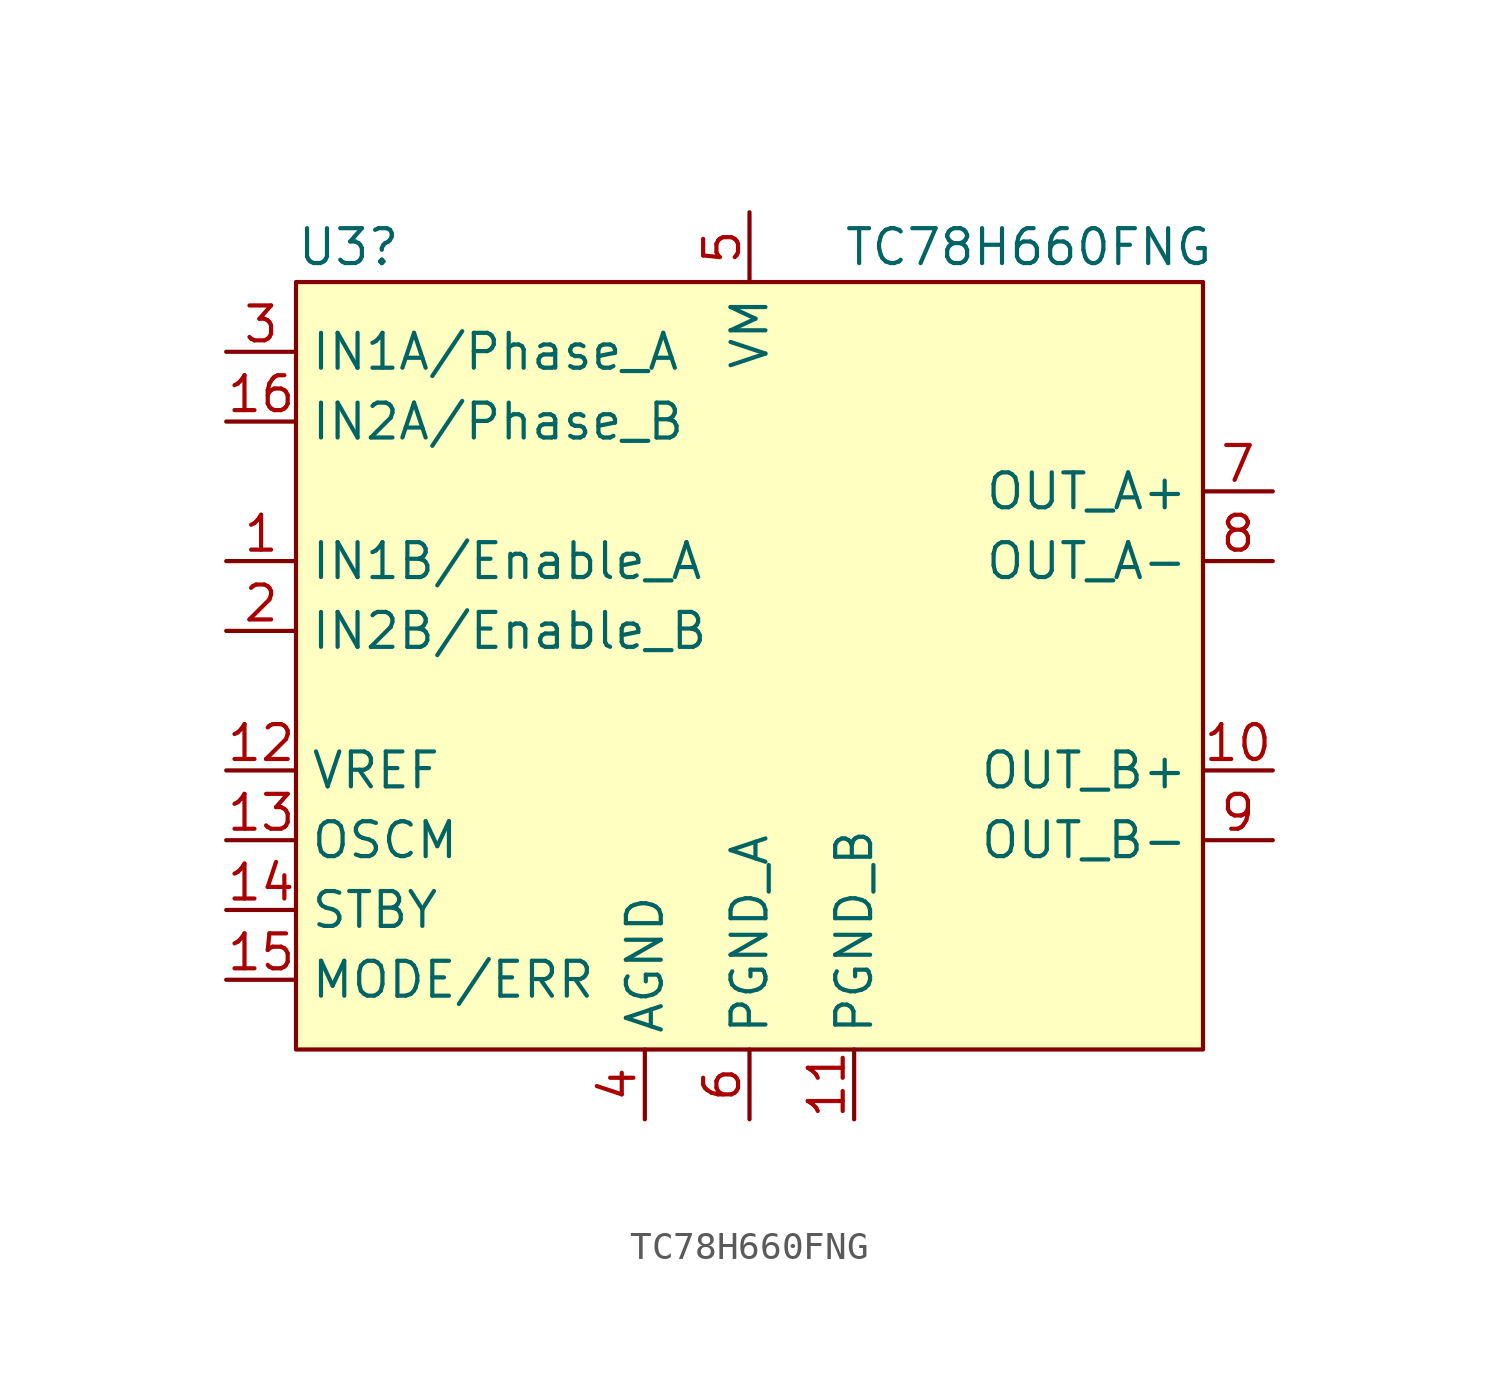
<source format=kicad_sym>
(kicad_symbol_lib
  (version 20220914)
  (generator kicad_symbol_editor)
  (symbol "TC78H660FNG"
    (property "Reference" "U3"
      (at -16.51 15.24 0)
      (effects (font (size 1.27 1.27)) (justify left)))
    (property "Value" "TC78H660FNG"
      (at 10.16 15.24 0)
      (effects (font (size 1.27 1.27))))
    (symbol "TC78H660FNG_1_1"
      (rectangle (start -16.51 13.97) (end 16.51 -13.97) (stroke (width 0) (type default)) (fill (type background)))
      (pin input line (at -19.05 3.81 0) (length 2.54) (name "IN1B/Enable_A" (effects (font (size 1.27 1.27)))) (number "1" (effects (font (size 1.27 1.27)))))
      (pin power_out line (at 19.05 -3.81 180) (length 2.54) (name "OUT_B+" (effects (font (size 1.27 1.27)))) (number "10" (effects (font (size 1.27 1.27)))))
      (pin power_in line (at 3.81 -16.51 90) (length 2.54) (name "PGND_B" (effects (font (size 1.27 1.27)))) (number "11" (effects (font (size 1.27 1.27)))))
      (pin input line (at -19.05 -3.81 0) (length 2.54) (name "VREF" (effects (font (size 1.27 1.27)))) (number "12" (effects (font (size 1.27 1.27)))))
      (pin input line (at -19.05 -6.35 0) (length 2.54) (name "OSCM" (effects (font (size 1.27 1.27)))) (number "13" (effects (font (size 1.27 1.27)))))
      (pin input line (at -19.05 -8.89 0) (length 2.54) (name "STBY" (effects (font (size 1.27 1.27)))) (number "14" (effects (font (size 1.27 1.27)))))
      (pin input line (at -19.05 -11.43 0) (length 2.54) (name "MODE/ERR" (effects (font (size 1.27 1.27)))) (number "15" (effects (font (size 1.27 1.27)))))
      (pin input line (at -19.05 8.89 0) (length 2.54) (name "IN2A/Phase_B" (effects (font (size 1.27 1.27)))) (number "16" (effects (font (size 1.27 1.27)))))
      (pin input line (at -19.05 1.27 0) (length 2.54) (name "IN2B/Enable_B" (effects (font (size 1.27 1.27)))) (number "2" (effects (font (size 1.27 1.27)))))
      (pin input line (at -19.05 11.43 0) (length 2.54) (name "IN1A/Phase_A" (effects (font (size 1.27 1.27)))) (number "3" (effects (font (size 1.27 1.27)))))
      (pin power_in line (at -3.81 -16.51 90) (length 2.54) (name "AGND" (effects (font (size 1.27 1.27)))) (number "4" (effects (font (size 1.27 1.27)))))
      (pin power_in line (at 0 16.51 270) (length 2.54) (name "VM" (effects (font (size 1.27 1.27)))) (number "5" (effects (font (size 1.27 1.27)))))
      (pin power_in line (at 0 -16.51 90) (length 2.54) (name "PGND_A" (effects (font (size 1.27 1.27)))) (number "6" (effects (font (size 1.27 1.27)))))
      (pin power_out line (at 19.05 6.35 180) (length 2.54) (name "OUT_A+" (effects (font (size 1.27 1.27)))) (number "7" (effects (font (size 1.27 1.27)))))
      (pin power_out line (at 19.05 3.81 180) (length 2.54) (name "OUT_A-" (effects (font (size 1.27 1.27)))) (number "8" (effects (font (size 1.27 1.27)))))
      (pin power_out line (at 19.05 -6.35 180) (length 2.54) (name "OUT_B-" (effects (font (size 1.27 1.27)))) (number "9" (effects (font (size 1.27 1.27))))))))
</source>
